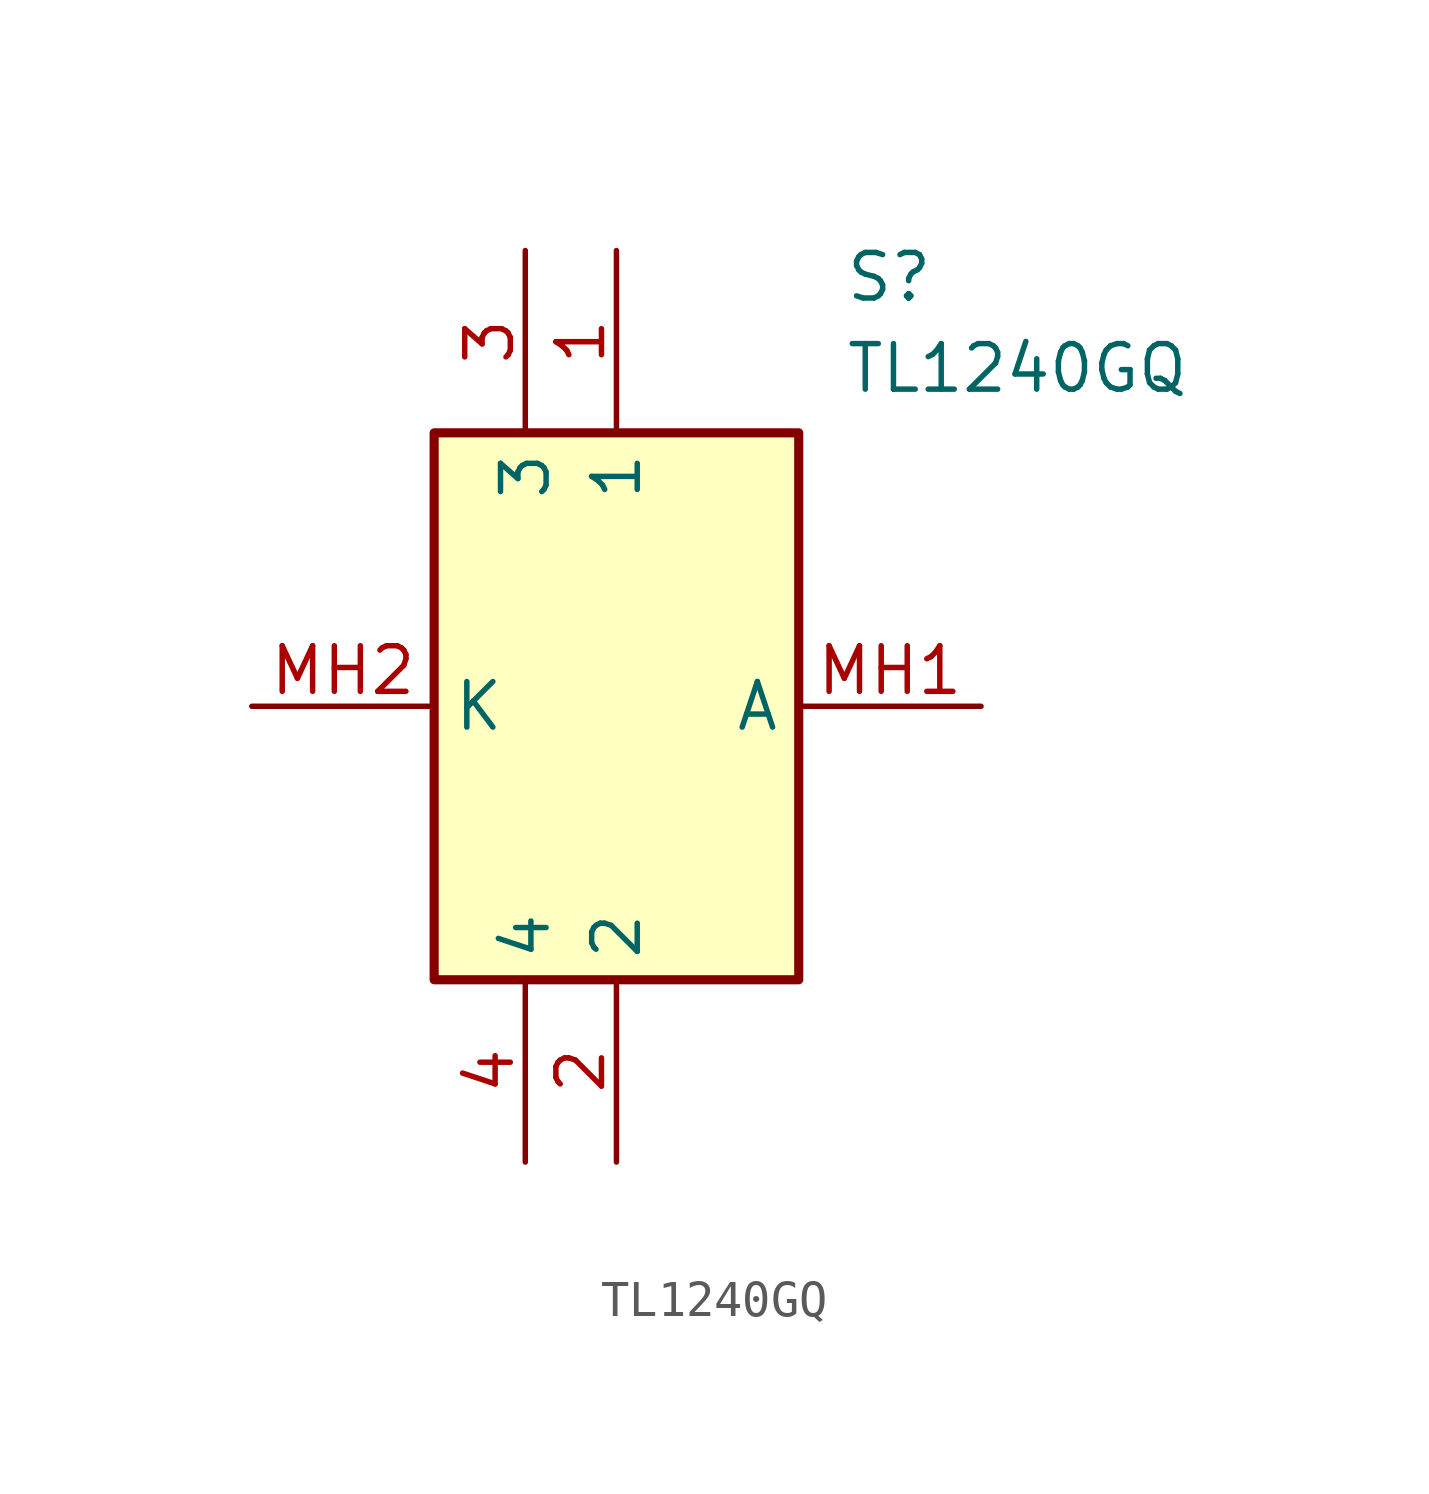
<source format=kicad_sym>
(kicad_symbol_lib
  (version 20211014)
  (generator SamacSys_ECAD_Model)
  (symbol "TL1240GQ"
    (property "Reference" "S"
      (at 16.51 12.7 0)
      (effects (font (size 1.27 1.27)) (justify left top)))
    (property "Value" "TL1240GQ"
      (at 16.51 10.16 0)
      (effects (font (size 1.27 1.27)) (justify left top)))
    (rectangle
      (start 5.08 7.62)
      (end 15.24 -7.62)
      (stroke (width 0.254) (type default))
      (fill (type background)))
    (pin passive line
      (at 10.16 12.7 270)
      (length 5.08)
      (name "1" (effects (font (size 1.27 1.27))))
      (number "1" (effects (font (size 1.27 1.27)))))
    (pin passive line
      (at 10.16 -12.7 90)
      (length 5.08)
      (name "2" (effects (font (size 1.27 1.27))))
      (number "2" (effects (font (size 1.27 1.27)))))
    (pin passive line
      (at 7.62 12.7 270)
      (length 5.08)
      (name "3" (effects (font (size 1.27 1.27))))
      (number "3" (effects (font (size 1.27 1.27)))))
    (pin passive line
      (at 7.62 -12.7 90)
      (length 5.08)
      (name "4" (effects (font (size 1.27 1.27))))
      (number "4" (effects (font (size 1.27 1.27)))))
    (pin passive line
      (at 20.32 0 180)
      (length 5.08)
      (name "A" (effects (font (size 1.27 1.27))))
      (number "MH1" (effects (font (size 1.27 1.27)))))
    (pin passive line
      (at 0 0 0)
      (length 5.08)
      (name "K" (effects (font (size 1.27 1.27))))
      (number "MH2" (effects (font (size 1.27 1.27)))))))
</source>
